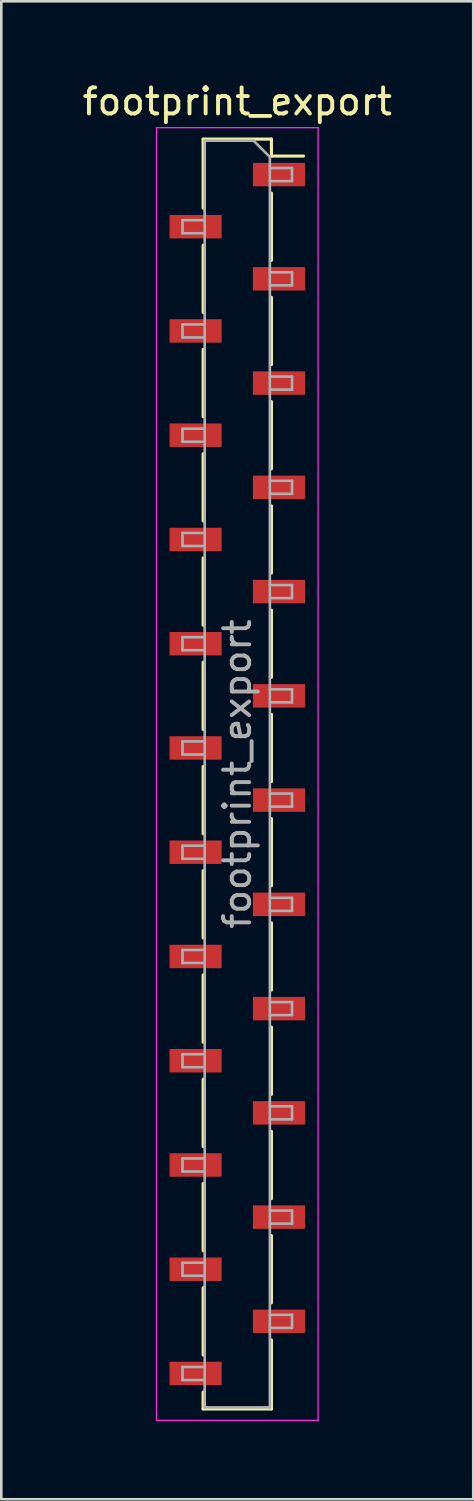
<source format=kicad_pcb>
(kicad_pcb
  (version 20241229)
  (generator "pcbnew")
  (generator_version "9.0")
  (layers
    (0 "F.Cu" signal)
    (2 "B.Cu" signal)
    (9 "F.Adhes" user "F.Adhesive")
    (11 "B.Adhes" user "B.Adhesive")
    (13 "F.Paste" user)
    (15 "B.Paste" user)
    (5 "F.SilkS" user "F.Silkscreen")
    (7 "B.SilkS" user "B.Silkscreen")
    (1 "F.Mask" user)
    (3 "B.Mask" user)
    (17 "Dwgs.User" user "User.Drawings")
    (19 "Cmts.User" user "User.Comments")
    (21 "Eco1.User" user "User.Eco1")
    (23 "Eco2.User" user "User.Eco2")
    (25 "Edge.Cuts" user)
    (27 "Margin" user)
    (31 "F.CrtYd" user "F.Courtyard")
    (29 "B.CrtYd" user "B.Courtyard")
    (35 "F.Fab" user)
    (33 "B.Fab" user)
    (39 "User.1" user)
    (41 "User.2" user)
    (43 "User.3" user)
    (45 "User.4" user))
  (footprint "footprint_export"
    (layer "F.Cu")
    (at 6.054 26.648)
    (property "Reference" "footprint_export" (at 0 -25.8 0) (layer "F.SilkS") (effects (font (size 1 1) (thickness 0.15))))
    (attr smd)
    (fp_line (start -1.31 -24.36) (end -1.31 -21.71) (stroke (width 0.12) (type solid)) (layer "F.SilkS"))
    (fp_line (start -1.31 -24.36) (end 1.31 -24.36) (stroke (width 0.12) (type solid)) (layer "F.SilkS"))
    (fp_line (start -1.31 -20.29) (end -1.31 -17.71) (stroke (width 0.12) (type solid)) (layer "F.SilkS"))
    (fp_line (start -1.31 -16.29) (end -1.31 -13.71) (stroke (width 0.12) (type solid)) (layer "F.SilkS"))
    (fp_line (start -1.31 -12.29) (end -1.31 -9.71) (stroke (width 0.12) (type solid)) (layer "F.SilkS"))
    (fp_line (start -1.31 -8.29) (end -1.31 -5.71) (stroke (width 0.12) (type solid)) (layer "F.SilkS"))
    (fp_line (start -1.31 -4.29) (end -1.31 -1.71) (stroke (width 0.12) (type solid)) (layer "F.SilkS"))
    (fp_line (start -1.31 -0.29) (end -1.31 2.29) (stroke (width 0.12) (type solid)) (layer "F.SilkS"))
    (fp_line (start -1.31 3.71) (end -1.31 6.29) (stroke (width 0.12) (type solid)) (layer "F.SilkS"))
    (fp_line (start -1.31 7.71) (end -1.31 10.29) (stroke (width 0.12) (type solid)) (layer "F.SilkS"))
    (fp_line (start -1.31 11.71) (end -1.31 14.29) (stroke (width 0.12) (type solid)) (layer "F.SilkS"))
    (fp_line (start -1.31 15.71) (end -1.31 18.29) (stroke (width 0.12) (type solid)) (layer "F.SilkS"))
    (fp_line (start -1.31 19.71) (end -1.31 22.29) (stroke (width 0.12) (type solid)) (layer "F.SilkS"))
    (fp_line (start -1.31 23.71) (end -1.31 24.36) (stroke (width 0.12) (type solid)) (layer "F.SilkS"))
    (fp_line (start -1.31 24.36) (end 1.31 24.36) (stroke (width 0.12) (type solid)) (layer "F.SilkS"))
    (fp_line (start 1.31 -24.36) (end 1.31 -23.71) (stroke (width 0.12) (type solid)) (layer "F.SilkS"))
    (fp_line (start 1.31 -23.71) (end 2.54 -23.71) (stroke (width 0.12) (type solid)) (layer "F.SilkS"))
    (fp_line (start 1.31 -22.29) (end 1.31 -19.71) (stroke (width 0.12) (type solid)) (layer "F.SilkS"))
    (fp_line (start 1.31 -18.29) (end 1.31 -15.71) (stroke (width 0.12) (type solid)) (layer "F.SilkS"))
    (fp_line (start 1.31 -14.29) (end 1.31 -11.71) (stroke (width 0.12) (type solid)) (layer "F.SilkS"))
    (fp_line (start 1.31 -10.29) (end 1.31 -7.71) (stroke (width 0.12) (type solid)) (layer "F.SilkS"))
    (fp_line (start 1.31 -6.29) (end 1.31 -3.71) (stroke (width 0.12) (type solid)) (layer "F.SilkS"))
    (fp_line (start 1.31 -2.29) (end 1.31 0.29) (stroke (width 0.12) (type solid)) (layer "F.SilkS"))
    (fp_line (start 1.31 1.71) (end 1.31 4.29) (stroke (width 0.12) (type solid)) (layer "F.SilkS"))
    (fp_line (start 1.31 5.71) (end 1.31 8.29) (stroke (width 0.12) (type solid)) (layer "F.SilkS"))
    (fp_line (start 1.31 9.71) (end 1.31 12.29) (stroke (width 0.12) (type solid)) (layer "F.SilkS"))
    (fp_line (start 1.31 13.71) (end 1.31 16.29) (stroke (width 0.12) (type solid)) (layer "F.SilkS"))
    (fp_line (start 1.31 17.71) (end 1.31 20.29) (stroke (width 0.12) (type solid)) (layer "F.SilkS"))
    (fp_line (start 1.31 21.71) (end 1.31 24.36) (stroke (width 0.12) (type solid)) (layer "F.SilkS"))
    (fp_line (start -3.1 -24.8) (end 3.1 -24.8) (stroke (width 0.05) (type solid)) (layer "F.CrtYd"))
    (fp_line (start -3.1 24.8) (end -3.1 -24.8) (stroke (width 0.05) (type solid)) (layer "F.CrtYd"))
    (fp_line (start 3.1 -24.8) (end 3.1 24.8) (stroke (width 0.05) (type solid)) (layer "F.CrtYd"))
    (fp_line (start 3.1 24.8) (end -3.1 24.8) (stroke (width 0.05) (type solid)) (layer "F.CrtYd"))
    (fp_line (start -2.1 -21.25) (end -1.25 -21.25) (stroke (width 0.1) (type solid)) (layer "F.Fab"))
    (fp_line (start -2.1 -20.75) (end -2.1 -21.25) (stroke (width 0.1) (type solid)) (layer "F.Fab"))
    (fp_line (start -2.1 -17.25) (end -1.25 -17.25) (stroke (width 0.1) (type solid)) (layer "F.Fab"))
    (fp_line (start -2.1 -16.75) (end -2.1 -17.25) (stroke (width 0.1) (type solid)) (layer "F.Fab"))
    (fp_line (start -2.1 -13.25) (end -1.25 -13.25) (stroke (width 0.1) (type solid)) (layer "F.Fab"))
    (fp_line (start -2.1 -12.75) (end -2.1 -13.25) (stroke (width 0.1) (type solid)) (layer "F.Fab"))
    (fp_line (start -2.1 -9.25) (end -1.25 -9.25) (stroke (width 0.1) (type solid)) (layer "F.Fab"))
    (fp_line (start -2.1 -8.75) (end -2.1 -9.25) (stroke (width 0.1) (type solid)) (layer "F.Fab"))
    (fp_line (start -2.1 -5.25) (end -1.25 -5.25) (stroke (width 0.1) (type solid)) (layer "F.Fab"))
    (fp_line (start -2.1 -4.75) (end -2.1 -5.25) (stroke (width 0.1) (type solid)) (layer "F.Fab"))
    (fp_line (start -2.1 -1.25) (end -1.25 -1.25) (stroke (width 0.1) (type solid)) (layer "F.Fab"))
    (fp_line (start -2.1 -0.75) (end -2.1 -1.25) (stroke (width 0.1) (type solid)) (layer "F.Fab"))
    (fp_line (start -2.1 2.75) (end -1.25 2.75) (stroke (width 0.1) (type solid)) (layer "F.Fab"))
    (fp_line (start -2.1 3.25) (end -2.1 2.75) (stroke (width 0.1) (type solid)) (layer "F.Fab"))
    (fp_line (start -2.1 6.75) (end -1.25 6.75) (stroke (width 0.1) (type solid)) (layer "F.Fab"))
    (fp_line (start -2.1 7.25) (end -2.1 6.75) (stroke (width 0.1) (type solid)) (layer "F.Fab"))
    (fp_line (start -2.1 10.75) (end -1.25 10.75) (stroke (width 0.1) (type solid)) (layer "F.Fab"))
    (fp_line (start -2.1 11.25) (end -2.1 10.75) (stroke (width 0.1) (type solid)) (layer "F.Fab"))
    (fp_line (start -2.1 14.75) (end -1.25 14.75) (stroke (width 0.1) (type solid)) (layer "F.Fab"))
    (fp_line (start -2.1 15.25) (end -2.1 14.75) (stroke (width 0.1) (type solid)) (layer "F.Fab"))
    (fp_line (start -2.1 18.75) (end -1.25 18.75) (stroke (width 0.1) (type solid)) (layer "F.Fab"))
    (fp_line (start -2.1 19.25) (end -2.1 18.75) (stroke (width 0.1) (type solid)) (layer "F.Fab"))
    (fp_line (start -2.1 22.75) (end -1.25 22.75) (stroke (width 0.1) (type solid)) (layer "F.Fab"))
    (fp_line (start -2.1 23.25) (end -2.1 22.75) (stroke (width 0.1) (type solid)) (layer "F.Fab"))
    (fp_line (start -1.25 -24.3) (end 0.625 -24.3) (stroke (width 0.1) (type solid)) (layer "F.Fab"))
    (fp_line (start -1.25 -20.75) (end -2.1 -20.75) (stroke (width 0.1) (type solid)) (layer "F.Fab"))
    (fp_line (start -1.25 -16.75) (end -2.1 -16.75) (stroke (width 0.1) (type solid)) (layer "F.Fab"))
    (fp_line (start -1.25 -12.75) (end -2.1 -12.75) (stroke (width 0.1) (type solid)) (layer "F.Fab"))
    (fp_line (start -1.25 -8.75) (end -2.1 -8.75) (stroke (width 0.1) (type solid)) (layer "F.Fab"))
    (fp_line (start -1.25 -4.75) (end -2.1 -4.75) (stroke (width 0.1) (type solid)) (layer "F.Fab"))
    (fp_line (start -1.25 -0.75) (end -2.1 -0.75) (stroke (width 0.1) (type solid)) (layer "F.Fab"))
    (fp_line (start -1.25 3.25) (end -2.1 3.25) (stroke (width 0.1) (type solid)) (layer "F.Fab"))
    (fp_line (start -1.25 7.25) (end -2.1 7.25) (stroke (width 0.1) (type solid)) (layer "F.Fab"))
    (fp_line (start -1.25 11.25) (end -2.1 11.25) (stroke (width 0.1) (type solid)) (layer "F.Fab"))
    (fp_line (start -1.25 15.25) (end -2.1 15.25) (stroke (width 0.1) (type solid)) (layer "F.Fab"))
    (fp_line (start -1.25 19.25) (end -2.1 19.25) (stroke (width 0.1) (type solid)) (layer "F.Fab"))
    (fp_line (start -1.25 23.25) (end -2.1 23.25) (stroke (width 0.1) (type solid)) (layer "F.Fab"))
    (fp_line (start -1.25 24.3) (end -1.25 -24.3) (stroke (width 0.1) (type solid)) (layer "F.Fab"))
    (fp_line (start 0.625 -24.3) (end 1.25 -23.675) (stroke (width 0.1) (type solid)) (layer "F.Fab"))
    (fp_line (start 1.25 -23.675) (end 1.25 24.3) (stroke (width 0.1) (type solid)) (layer "F.Fab"))
    (fp_line (start 1.25 -23.25) (end 2.1 -23.25) (stroke (width 0.1) (type solid)) (layer "F.Fab"))
    (fp_line (start 1.25 -19.25) (end 2.1 -19.25) (stroke (width 0.1) (type solid)) (layer "F.Fab"))
    (fp_line (start 1.25 -15.25) (end 2.1 -15.25) (stroke (width 0.1) (type solid)) (layer "F.Fab"))
    (fp_line (start 1.25 -11.25) (end 2.1 -11.25) (stroke (width 0.1) (type solid)) (layer "F.Fab"))
    (fp_line (start 1.25 -7.25) (end 2.1 -7.25) (stroke (width 0.1) (type solid)) (layer "F.Fab"))
    (fp_line (start 1.25 -3.25) (end 2.1 -3.25) (stroke (width 0.1) (type solid)) (layer "F.Fab"))
    (fp_line (start 1.25 0.75) (end 2.1 0.75) (stroke (width 0.1) (type solid)) (layer "F.Fab"))
    (fp_line (start 1.25 4.75) (end 2.1 4.75) (stroke (width 0.1) (type solid)) (layer "F.Fab"))
    (fp_line (start 1.25 8.75) (end 2.1 8.75) (stroke (width 0.1) (type solid)) (layer "F.Fab"))
    (fp_line (start 1.25 12.75) (end 2.1 12.75) (stroke (width 0.1) (type solid)) (layer "F.Fab"))
    (fp_line (start 1.25 16.75) (end 2.1 16.75) (stroke (width 0.1) (type solid)) (layer "F.Fab"))
    (fp_line (start 1.25 20.75) (end 2.1 20.75) (stroke (width 0.1) (type solid)) (layer "F.Fab"))
    (fp_line (start 1.25 24.3) (end -1.25 24.3) (stroke (width 0.1) (type solid)) (layer "F.Fab"))
    (fp_line (start 2.1 -23.25) (end 2.1 -22.75) (stroke (width 0.1) (type solid)) (layer "F.Fab"))
    (fp_line (start 2.1 -22.75) (end 1.25 -22.75) (stroke (width 0.1) (type solid)) (layer "F.Fab"))
    (fp_line (start 2.1 -19.25) (end 2.1 -18.75) (stroke (width 0.1) (type solid)) (layer "F.Fab"))
    (fp_line (start 2.1 -18.75) (end 1.25 -18.75) (stroke (width 0.1) (type solid)) (layer "F.Fab"))
    (fp_line (start 2.1 -15.25) (end 2.1 -14.75) (stroke (width 0.1) (type solid)) (layer "F.Fab"))
    (fp_line (start 2.1 -14.75) (end 1.25 -14.75) (stroke (width 0.1) (type solid)) (layer "F.Fab"))
    (fp_line (start 2.1 -11.25) (end 2.1 -10.75) (stroke (width 0.1) (type solid)) (layer "F.Fab"))
    (fp_line (start 2.1 -10.75) (end 1.25 -10.75) (stroke (width 0.1) (type solid)) (layer "F.Fab"))
    (fp_line (start 2.1 -7.25) (end 2.1 -6.75) (stroke (width 0.1) (type solid)) (layer "F.Fab"))
    (fp_line (start 2.1 -6.75) (end 1.25 -6.75) (stroke (width 0.1) (type solid)) (layer "F.Fab"))
    (fp_line (start 2.1 -3.25) (end 2.1 -2.75) (stroke (width 0.1) (type solid)) (layer "F.Fab"))
    (fp_line (start 2.1 -2.75) (end 1.25 -2.75) (stroke (width 0.1) (type solid)) (layer "F.Fab"))
    (fp_line (start 2.1 0.75) (end 2.1 1.25) (stroke (width 0.1) (type solid)) (layer "F.Fab"))
    (fp_line (start 2.1 1.25) (end 1.25 1.25) (stroke (width 0.1) (type solid)) (layer "F.Fab"))
    (fp_line (start 2.1 4.75) (end 2.1 5.25) (stroke (width 0.1) (type solid)) (layer "F.Fab"))
    (fp_line (start 2.1 5.25) (end 1.25 5.25) (stroke (width 0.1) (type solid)) (layer "F.Fab"))
    (fp_line (start 2.1 8.75) (end 2.1 9.25) (stroke (width 0.1) (type solid)) (layer "F.Fab"))
    (fp_line (start 2.1 9.25) (end 1.25 9.25) (stroke (width 0.1) (type solid)) (layer "F.Fab"))
    (fp_line (start 2.1 12.75) (end 2.1 13.25) (stroke (width 0.1) (type solid)) (layer "F.Fab"))
    (fp_line (start 2.1 13.25) (end 1.25 13.25) (stroke (width 0.1) (type solid)) (layer "F.Fab"))
    (fp_line (start 2.1 16.75) (end 2.1 17.25) (stroke (width 0.1) (type solid)) (layer "F.Fab"))
    (fp_line (start 2.1 17.25) (end 1.25 17.25) (stroke (width 0.1) (type solid)) (layer "F.Fab"))
    (fp_line (start 2.1 20.75) (end 2.1 21.25) (stroke (width 0.1) (type solid)) (layer "F.Fab"))
    (fp_line (start 2.1 21.25) (end 1.25 21.25) (stroke (width 0.1) (type solid)) (layer "F.Fab"))
    (fp_text user "${REFERENCE}" (at 0 0 90) (layer "F.Fab") (effects (font (size 1 1) (thickness 0.15))))
    (pad "1" smd rect (at 1.6 -23) (size 2 0.9) (layers "F.Cu" "F.Mask" "F.Paste"))
    (pad "2" smd rect (at -1.6 -21) (size 2 0.9) (layers "F.Cu" "F.Mask" "F.Paste"))
    (pad "3" smd rect (at 1.6 -19) (size 2 0.9) (layers "F.Cu" "F.Mask" "F.Paste"))
    (pad "4" smd rect (at -1.6 -17) (size 2 0.9) (layers "F.Cu" "F.Mask" "F.Paste"))
    (pad "5" smd rect (at 1.6 -15) (size 2 0.9) (layers "F.Cu" "F.Mask" "F.Paste"))
    (pad "6" smd rect (at -1.6 -13) (size 2 0.9) (layers "F.Cu" "F.Mask" "F.Paste"))
    (pad "7" smd rect (at 1.6 -11) (size 2 0.9) (layers "F.Cu" "F.Mask" "F.Paste"))
    (pad "8" smd rect (at -1.6 -9) (size 2 0.9) (layers "F.Cu" "F.Mask" "F.Paste"))
    (pad "9" smd rect (at 1.6 -7) (size 2 0.9) (layers "F.Cu" "F.Mask" "F.Paste"))
    (pad "10" smd rect (at -1.6 -5) (size 2 0.9) (layers "F.Cu" "F.Mask" "F.Paste"))
    (pad "11" smd rect (at 1.6 -3) (size 2 0.9) (layers "F.Cu" "F.Mask" "F.Paste"))
    (pad "12" smd rect (at -1.6 -1) (size 2 0.9) (layers "F.Cu" "F.Mask" "F.Paste"))
    (pad "13" smd rect (at 1.6 1) (size 2 0.9) (layers "F.Cu" "F.Mask" "F.Paste"))
    (pad "14" smd rect (at -1.6 3) (size 2 0.9) (layers "F.Cu" "F.Mask" "F.Paste"))
    (pad "15" smd rect (at 1.6 5) (size 2 0.9) (layers "F.Cu" "F.Mask" "F.Paste"))
    (pad "16" smd rect (at -1.6 7) (size 2 0.9) (layers "F.Cu" "F.Mask" "F.Paste"))
    (pad "17" smd rect (at 1.6 9) (size 2 0.9) (layers "F.Cu" "F.Mask" "F.Paste"))
    (pad "18" smd rect (at -1.6 11) (size 2 0.9) (layers "F.Cu" "F.Mask" "F.Paste"))
    (pad "19" smd rect (at 1.6 13) (size 2 0.9) (layers "F.Cu" "F.Mask" "F.Paste"))
    (pad "20" smd rect (at -1.6 15) (size 2 0.9) (layers "F.Cu" "F.Mask" "F.Paste"))
    (pad "21" smd rect (at 1.6 17) (size 2 0.9) (layers "F.Cu" "F.Mask" "F.Paste"))
    (pad "22" smd rect (at -1.6 19) (size 2 0.9) (layers "F.Cu" "F.Mask" "F.Paste"))
    (pad "23" smd rect (at 1.6 21) (size 2 0.9) (layers "F.Cu" "F.Mask" "F.Paste"))
    (pad "24" smd rect (at -1.6 23) (size 2 0.9) (layers "F.Cu" "F.Mask" "F.Paste")))
  (gr_rect
    (start -3 -3)
    (end 15.107 54.473)
    (stroke (width 0.1) (type default))
    (fill no)
    (layer "Edge.Cuts")))
</source>
